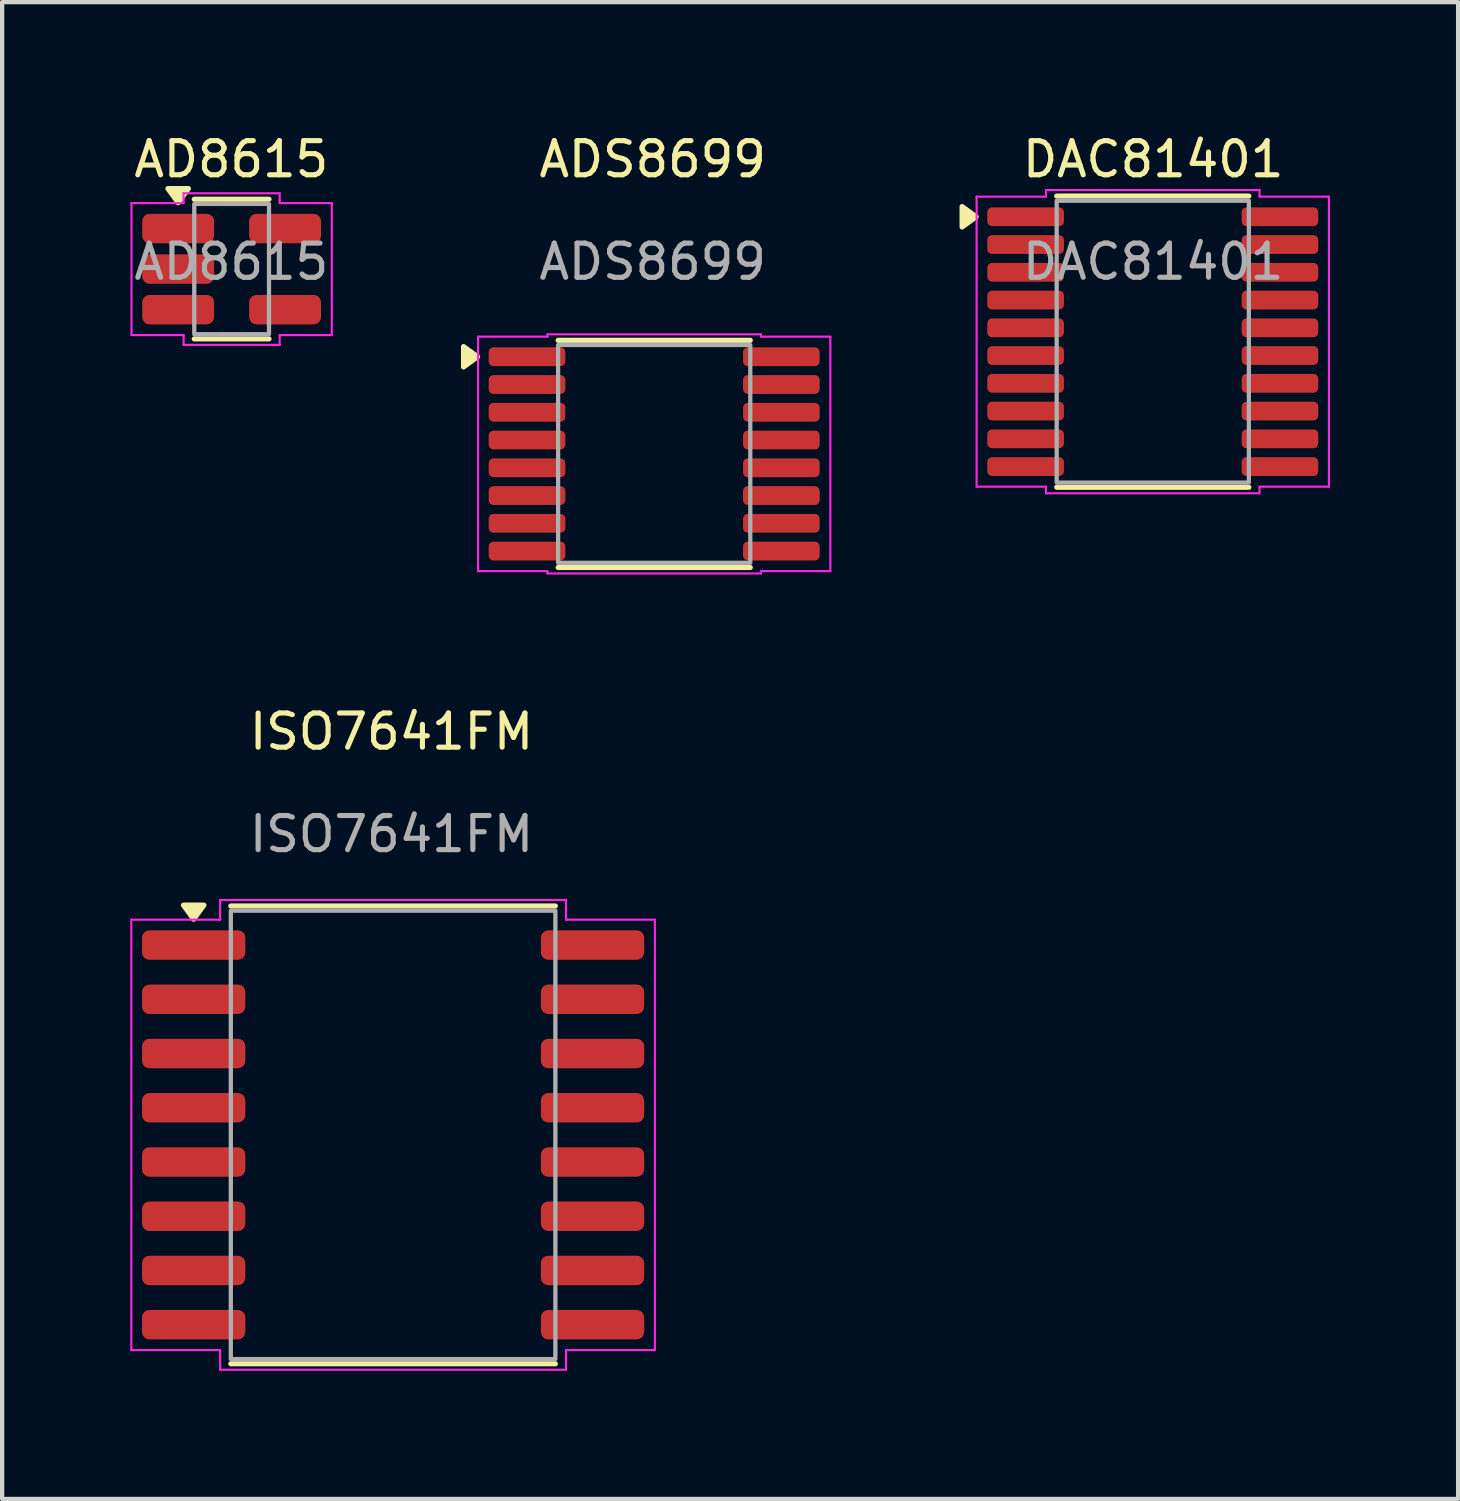
<source format=kicad_pcb>
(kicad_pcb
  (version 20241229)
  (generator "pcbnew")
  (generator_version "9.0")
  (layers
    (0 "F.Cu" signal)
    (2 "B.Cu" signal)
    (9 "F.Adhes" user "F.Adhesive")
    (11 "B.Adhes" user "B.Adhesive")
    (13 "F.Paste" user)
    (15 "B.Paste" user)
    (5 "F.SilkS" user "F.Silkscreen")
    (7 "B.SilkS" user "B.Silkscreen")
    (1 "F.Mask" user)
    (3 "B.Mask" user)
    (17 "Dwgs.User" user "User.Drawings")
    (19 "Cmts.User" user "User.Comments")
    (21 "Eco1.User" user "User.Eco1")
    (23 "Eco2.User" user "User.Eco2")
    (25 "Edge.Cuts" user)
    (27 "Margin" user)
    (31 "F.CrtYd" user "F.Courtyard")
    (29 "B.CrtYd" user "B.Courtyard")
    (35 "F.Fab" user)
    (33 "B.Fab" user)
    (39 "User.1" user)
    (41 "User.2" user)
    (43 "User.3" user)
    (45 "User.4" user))
  (footprint "ADS8699"
    (layer "F.Cu")
    (at 12.269 7.579)
    (property "Reference" "ADS8699" (at -0.035 -6.9 0) (unlocked yes) (layer "F.SilkS") (effects (font (size 0.8 0.8) (thickness 0.12))))
    (attr smd)
    (fp_line (start -2.25 -2.66) (end 2.25 -2.66) (stroke (width 0.12) (type default)) (layer "F.SilkS"))
    (fp_line (start -2.25 2.66) (end 2.25 2.66) (stroke (width 0.12) (type default)) (layer "F.SilkS"))
    (fp_poly (pts (xy -4.135 -2.275) (xy -4.465 -2.515) (xy -4.465 -2.035)) (stroke (width 0.12) (type solid)) (fill yes) (layer "F.SilkS"))
    (fp_line (start -4.125 -2.745) (end -4.125 2.745) (stroke (width 0.05) (type default)) (layer "F.CrtYd"))
    (fp_line (start -4.125 -2.745) (end -2.5 -2.745) (stroke (width 0.05) (type default)) (layer "F.CrtYd"))
    (fp_line (start -2.5 -2.745) (end -2.5 -2.8) (stroke (width 0.05) (type default)) (layer "F.CrtYd"))
    (fp_line (start -2.5 2.745) (end -4.125 2.745) (stroke (width 0.05) (type default)) (layer "F.CrtYd"))
    (fp_line (start -2.5 2.8) (end -2.5 2.745) (stroke (width 0.05) (type default)) (layer "F.CrtYd"))
    (fp_line (start -2.5 2.8) (end 2.5 2.8) (stroke (width 0.05) (type default)) (layer "F.CrtYd"))
    (fp_line (start 2.5 -2.8) (end -2.5 -2.8) (stroke (width 0.05) (type default)) (layer "F.CrtYd"))
    (fp_line (start 2.5 -2.8) (end 2.5 -2.745) (stroke (width 0.05) (type default)) (layer "F.CrtYd"))
    (fp_line (start 2.5 -2.745) (end 4.125 -2.745) (stroke (width 0.05) (type default)) (layer "F.CrtYd"))
    (fp_line (start 2.5 2.745) (end 2.5 2.8) (stroke (width 0.05) (type default)) (layer "F.CrtYd"))
    (fp_line (start 4.125 -2.745) (end 4.125 2.745) (stroke (width 0.05) (type default)) (layer "F.CrtYd"))
    (fp_line (start 4.125 2.745) (end 2.5 2.745) (stroke (width 0.05) (type default)) (layer "F.CrtYd"))
    (fp_rect (start -2.25 -2.55) (end 2.25 2.55) (stroke (width 0.1) (type default)) (fill no) (layer "F.Fab"))
    (fp_text user "${REFERENCE}" (at -0.035 -4.5 0) (unlocked yes) (layer "F.Fab") (effects (font (size 0.8 0.8) (thickness 0.12))))
    (pad "1" smd roundrect (at -2.978 -2.275) (size 1.795 0.44) (layers "F.Cu" "F.Mask" "F.Paste") (roundrect_rratio 0.25))
    (pad "2" smd roundrect (at -2.978 -1.625) (size 1.795 0.44) (layers "F.Cu" "F.Mask" "F.Paste") (roundrect_rratio 0.25))
    (pad "3" smd roundrect (at -2.978 -0.975) (size 1.795 0.44) (layers "F.Cu" "F.Mask" "F.Paste") (roundrect_rratio 0.25))
    (pad "4" smd roundrect (at -2.978 -0.325) (size 1.795 0.44) (layers "F.Cu" "F.Mask" "F.Paste") (roundrect_rratio 0.25))
    (pad "5" smd roundrect (at -2.978 0.325) (size 1.795 0.44) (layers "F.Cu" "F.Mask" "F.Paste") (roundrect_rratio 0.25))
    (pad "6" smd roundrect (at -2.978 0.975) (size 1.795 0.44) (layers "F.Cu" "F.Mask" "F.Paste") (roundrect_rratio 0.25))
    (pad "7" smd roundrect (at -2.978 1.625) (size 1.795 0.44) (layers "F.Cu" "F.Mask" "F.Paste") (roundrect_rratio 0.25))
    (pad "8" smd roundrect (at -2.978 2.275) (size 1.795 0.44) (layers "F.Cu" "F.Mask" "F.Paste") (roundrect_rratio 0.25))
    (pad "9" smd roundrect (at 2.978 2.275) (size 1.795 0.44) (layers "F.Cu" "F.Mask" "F.Paste") (roundrect_rratio 0.25))
    (pad "10" smd roundrect (at 2.978 1.625) (size 1.795 0.44) (layers "F.Cu" "F.Mask" "F.Paste") (roundrect_rratio 0.25))
    (pad "11" smd roundrect (at 2.978 0.975) (size 1.795 0.44) (layers "F.Cu" "F.Mask" "F.Paste") (roundrect_rratio 0.25))
    (pad "12" smd roundrect (at 2.978 0.325) (size 1.795 0.44) (layers "F.Cu" "F.Mask" "F.Paste") (roundrect_rratio 0.25))
    (pad "13" smd roundrect (at 2.978 -0.325) (size 1.795 0.44) (layers "F.Cu" "F.Mask" "F.Paste") (roundrect_rratio 0.25))
    (pad "14" smd roundrect (at 2.978 -0.975) (size 1.795 0.44) (layers "F.Cu" "F.Mask" "F.Paste") (roundrect_rratio 0.25))
    (pad "15" smd roundrect (at 2.978 -1.625) (size 1.795 0.44) (layers "F.Cu" "F.Mask" "F.Paste") (roundrect_rratio 0.25))
    (pad "16" smd roundrect (at 2.978 -2.275) (size 1.795 0.44) (layers "F.Cu" "F.Mask" "F.Paste") (roundrect_rratio 0.25)))
  (footprint "AD8615"
    (layer "F.Cu")
    (at 2.374 3.251)
    (property "Reference" "AD8615" (at -0.007 -2.572 0) (unlocked yes) (layer "F.SilkS") (effects (font (size 0.8 0.8) (thickness 0.12))))
    (attr smd)
    (fp_line (start -0.875 -1.635) (end 0.875 -1.635) (stroke (width 0.12) (type default)) (layer "F.SilkS"))
    (fp_line (start -0.875 1.635) (end 0.875 1.635) (stroke (width 0.12) (type default)) (layer "F.SilkS"))
    (fp_poly (pts (xy -1.252 -1.555) (xy -1.012 -1.885) (xy -1.492 -1.885)) (stroke (width 0.12) (type solid)) (fill yes) (layer "F.SilkS"))
    (fp_line (start -2.345 -1.545) (end -2.345 1.545) (stroke (width 0.05) (type default)) (layer "F.CrtYd"))
    (fp_line (start -2.345 -1.545) (end -1.125 -1.545) (stroke (width 0.05) (type default)) (layer "F.CrtYd"))
    (fp_line (start -1.125 -1.545) (end -1.125 -1.775) (stroke (width 0.05) (type default)) (layer "F.CrtYd"))
    (fp_line (start -1.125 1.545) (end -2.345 1.545) (stroke (width 0.05) (type default)) (layer "F.CrtYd"))
    (fp_line (start -1.125 1.775) (end -1.125 1.545) (stroke (width 0.05) (type default)) (layer "F.CrtYd"))
    (fp_line (start -1.125 1.775) (end 1.125 1.775) (stroke (width 0.05) (type default)) (layer "F.CrtYd"))
    (fp_line (start 1.125 -1.775) (end -1.125 -1.775) (stroke (width 0.05) (type default)) (layer "F.CrtYd"))
    (fp_line (start 1.125 -1.775) (end 1.125 -1.545) (stroke (width 0.05) (type default)) (layer "F.CrtYd"))
    (fp_line (start 1.125 -1.545) (end 2.345 -1.545) (stroke (width 0.05) (type default)) (layer "F.CrtYd"))
    (fp_line (start 1.125 1.545) (end 1.125 1.775) (stroke (width 0.05) (type default)) (layer "F.CrtYd"))
    (fp_line (start 2.345 -1.545) (end 2.345 1.545) (stroke (width 0.05) (type default)) (layer "F.CrtYd"))
    (fp_line (start 2.345 1.545) (end 1.125 1.545) (stroke (width 0.05) (type default)) (layer "F.CrtYd"))
    (fp_rect (start -0.875 -1.525) (end 0.875 1.525) (stroke (width 0.1) (type default)) (fill no) (layer "F.Fab"))
    (fp_text user "${REFERENCE}" (at -0.007 -0.172 0) (unlocked yes) (layer "F.Fab") (effects (font (size 0.8 0.8) (thickness 0.12))))
    (pad "1" smd roundrect (at -1.252 -0.95) (size 1.685 0.69) (layers "F.Cu" "F.Mask" "F.Paste") (roundrect_rratio 0.25))
    (pad "2" smd roundrect (at -1.252 0) (size 1.685 0.69) (layers "F.Cu" "F.Mask" "F.Paste") (roundrect_rratio 0.25))
    (pad "3" smd roundrect (at -1.252 0.95) (size 1.685 0.69) (layers "F.Cu" "F.Mask" "F.Paste") (roundrect_rratio 0.25))
    (pad "4" smd roundrect (at 1.252 0.95) (size 1.685 0.69) (layers "F.Cu" "F.Mask" "F.Paste") (roundrect_rratio 0.25))
    (pad "5" smd roundrect (at 1.252 -0.95) (size 1.685 0.69) (layers "F.Cu" "F.Mask" "F.Paste") (roundrect_rratio 0.25)))
  (footprint "ISO7641FM"
    (layer "F.Cu")
    (at 6.155 23.525)
    (property "Reference" "ISO7641FM" (at -0.037 -9.443 0) (unlocked yes) (layer "F.SilkS") (effects (font (size 0.8 0.8) (thickness 0.12))))
    (attr smd)
    (fp_line (start -3.8 -5.36) (end 3.8 -5.36) (stroke (width 0.12) (type default)) (layer "F.SilkS"))
    (fp_line (start -3.8 5.36) (end 3.8 5.36) (stroke (width 0.12) (type default)) (layer "F.SilkS"))
    (fp_poly (pts (xy -4.67 -5.05) (xy -4.43 -5.38) (xy -4.91 -5.38)) (stroke (width 0.12) (type solid)) (fill yes) (layer "F.SilkS"))
    (fp_line (start -6.13 -5.04) (end -6.13 5.04) (stroke (width 0.05) (type default)) (layer "F.CrtYd"))
    (fp_line (start -6.13 -5.04) (end -4.05 -5.04) (stroke (width 0.05) (type default)) (layer "F.CrtYd"))
    (fp_line (start -4.05 -5.04) (end -4.05 -5.5) (stroke (width 0.05) (type default)) (layer "F.CrtYd"))
    (fp_line (start -4.05 5.04) (end -6.13 5.04) (stroke (width 0.05) (type default)) (layer "F.CrtYd"))
    (fp_line (start -4.05 5.5) (end -4.05 5.04) (stroke (width 0.05) (type default)) (layer "F.CrtYd"))
    (fp_line (start -4.05 5.5) (end 4.05 5.5) (stroke (width 0.05) (type default)) (layer "F.CrtYd"))
    (fp_line (start 4.05 -5.5) (end -4.05 -5.5) (stroke (width 0.05) (type default)) (layer "F.CrtYd"))
    (fp_line (start 4.05 -5.5) (end 4.05 -5.04) (stroke (width 0.05) (type default)) (layer "F.CrtYd"))
    (fp_line (start 4.05 -5.04) (end 6.13 -5.04) (stroke (width 0.05) (type default)) (layer "F.CrtYd"))
    (fp_line (start 4.05 5.04) (end 4.05 5.5) (stroke (width 0.05) (type default)) (layer "F.CrtYd"))
    (fp_line (start 6.13 -5.04) (end 6.13 5.04) (stroke (width 0.05) (type default)) (layer "F.CrtYd"))
    (fp_line (start 6.13 5.04) (end 4.05 5.04) (stroke (width 0.05) (type default)) (layer "F.CrtYd"))
    (fp_rect (start -3.8 -5.25) (end 3.8 5.25) (stroke (width 0.1) (type default)) (fill no) (layer "F.Fab"))
    (fp_text user "${REFERENCE}" (at -0.037 -7.043 0) (unlocked yes) (layer "F.Fab") (effects (font (size 0.8 0.8) (thickness 0.12))))
    (pad "1" smd roundrect (at -4.67 -4.445) (size 2.42 0.69) (layers "F.Cu" "F.Mask" "F.Paste") (roundrect_rratio 0.25))
    (pad "2" smd roundrect (at -4.67 -3.175) (size 2.42 0.69) (layers "F.Cu" "F.Mask" "F.Paste") (roundrect_rratio 0.25))
    (pad "3" smd roundrect (at -4.67 -1.905) (size 2.42 0.69) (layers "F.Cu" "F.Mask" "F.Paste") (roundrect_rratio 0.25))
    (pad "4" smd roundrect (at -4.67 -0.635) (size 2.42 0.69) (layers "F.Cu" "F.Mask" "F.Paste") (roundrect_rratio 0.25))
    (pad "5" smd roundrect (at -4.67 0.635) (size 2.42 0.69) (layers "F.Cu" "F.Mask" "F.Paste") (roundrect_rratio 0.25))
    (pad "6" smd roundrect (at -4.67 1.905) (size 2.42 0.69) (layers "F.Cu" "F.Mask" "F.Paste") (roundrect_rratio 0.25))
    (pad "7" smd roundrect (at -4.67 3.175) (size 2.42 0.69) (layers "F.Cu" "F.Mask" "F.Paste") (roundrect_rratio 0.25))
    (pad "8" smd roundrect (at -4.67 4.445) (size 2.42 0.69) (layers "F.Cu" "F.Mask" "F.Paste") (roundrect_rratio 0.25))
    (pad "9" smd roundrect (at 4.67 4.445) (size 2.42 0.69) (layers "F.Cu" "F.Mask" "F.Paste") (roundrect_rratio 0.25))
    (pad "10" smd roundrect (at 4.67 3.175) (size 2.42 0.69) (layers "F.Cu" "F.Mask" "F.Paste") (roundrect_rratio 0.25))
    (pad "11" smd roundrect (at 4.67 1.905) (size 2.42 0.69) (layers "F.Cu" "F.Mask" "F.Paste") (roundrect_rratio 0.25))
    (pad "12" smd roundrect (at 4.67 0.635) (size 2.42 0.69) (layers "F.Cu" "F.Mask" "F.Paste") (roundrect_rratio 0.25))
    (pad "13" smd roundrect (at 4.67 -0.635) (size 2.42 0.69) (layers "F.Cu" "F.Mask" "F.Paste") (roundrect_rratio 0.25))
    (pad "14" smd roundrect (at 4.67 -1.905) (size 2.42 0.69) (layers "F.Cu" "F.Mask" "F.Paste") (roundrect_rratio 0.25))
    (pad "15" smd roundrect (at 4.67 -3.175) (size 2.42 0.69) (layers "F.Cu" "F.Mask" "F.Paste") (roundrect_rratio 0.25))
    (pad "16" smd roundrect (at 4.67 -4.445) (size 2.42 0.69) (layers "F.Cu" "F.Mask" "F.Paste") (roundrect_rratio 0.25)))
  (footprint "DAC81401"
    (layer "F.Cu")
    (at 23.944 4.951)
    (property "Reference" "DAC81401" (at 0.01 -4.272 0) (unlocked yes) (layer "F.SilkS") (effects (font (size 0.8 0.8) (thickness 0.12))))
    (attr smd)
    (fp_line (start -2.25 -3.41) (end 2.25 -3.41) (stroke (width 0.12) (type default)) (layer "F.SilkS"))
    (fp_line (start -2.25 3.41) (end 2.25 3.41) (stroke (width 0.12) (type default)) (layer "F.SilkS"))
    (fp_poly (pts (xy -4.135 -2.925) (xy -4.465 -3.165) (xy -4.465 -2.685)) (stroke (width 0.12) (type solid)) (fill yes) (layer "F.SilkS"))
    (fp_line (start -4.125 -3.395) (end -4.125 3.395) (stroke (width 0.05) (type default)) (layer "F.CrtYd"))
    (fp_line (start -4.125 -3.395) (end -2.5 -3.395) (stroke (width 0.05) (type default)) (layer "F.CrtYd"))
    (fp_line (start -2.5 -3.395) (end -2.5 -3.55) (stroke (width 0.05) (type default)) (layer "F.CrtYd"))
    (fp_line (start -2.5 3.395) (end -4.125 3.395) (stroke (width 0.05) (type default)) (layer "F.CrtYd"))
    (fp_line (start -2.5 3.55) (end -2.5 3.395) (stroke (width 0.05) (type default)) (layer "F.CrtYd"))
    (fp_line (start -2.5 3.55) (end 2.5 3.55) (stroke (width 0.05) (type default)) (layer "F.CrtYd"))
    (fp_line (start 2.5 -3.55) (end -2.5 -3.55) (stroke (width 0.05) (type default)) (layer "F.CrtYd"))
    (fp_line (start 2.5 -3.55) (end 2.5 -3.395) (stroke (width 0.05) (type default)) (layer "F.CrtYd"))
    (fp_line (start 2.5 -3.395) (end 4.125 -3.395) (stroke (width 0.05) (type default)) (layer "F.CrtYd"))
    (fp_line (start 2.5 3.395) (end 2.5 3.55) (stroke (width 0.05) (type default)) (layer "F.CrtYd"))
    (fp_line (start 4.125 -3.395) (end 4.125 3.395) (stroke (width 0.05) (type default)) (layer "F.CrtYd"))
    (fp_line (start 4.125 3.395) (end 2.5 3.395) (stroke (width 0.05) (type default)) (layer "F.CrtYd"))
    (fp_rect (start -2.25 -3.3) (end 2.25 3.3) (stroke (width 0.1) (type default)) (fill no) (layer "F.Fab"))
    (fp_text user "${REFERENCE}" (at 0.01 -1.873 0) (unlocked yes) (layer "F.Fab") (effects (font (size 0.8 0.8) (thickness 0.12))))
    (pad "1" smd roundrect (at -2.978 -2.925) (size 1.795 0.44) (layers "F.Cu" "F.Mask" "F.Paste") (roundrect_rratio 0.25))
    (pad "2" smd roundrect (at -2.978 -2.275) (size 1.795 0.44) (layers "F.Cu" "F.Mask" "F.Paste") (roundrect_rratio 0.25))
    (pad "3" smd roundrect (at -2.978 -1.625) (size 1.795 0.44) (layers "F.Cu" "F.Mask" "F.Paste") (roundrect_rratio 0.25))
    (pad "4" smd roundrect (at -2.978 -0.975) (size 1.795 0.44) (layers "F.Cu" "F.Mask" "F.Paste") (roundrect_rratio 0.25))
    (pad "5" smd roundrect (at -2.978 -0.325) (size 1.795 0.44) (layers "F.Cu" "F.Mask" "F.Paste") (roundrect_rratio 0.25))
    (pad "6" smd roundrect (at -2.978 0.325) (size 1.795 0.44) (layers "F.Cu" "F.Mask" "F.Paste") (roundrect_rratio 0.25))
    (pad "7" smd roundrect (at -2.978 0.975) (size 1.795 0.44) (layers "F.Cu" "F.Mask" "F.Paste") (roundrect_rratio 0.25))
    (pad "8" smd roundrect (at -2.978 1.625) (size 1.795 0.44) (layers "F.Cu" "F.Mask" "F.Paste") (roundrect_rratio 0.25))
    (pad "9" smd roundrect (at -2.978 2.275) (size 1.795 0.44) (layers "F.Cu" "F.Mask" "F.Paste") (roundrect_rratio 0.25))
    (pad "10" smd roundrect (at -2.978 2.925) (size 1.795 0.44) (layers "F.Cu" "F.Mask" "F.Paste") (roundrect_rratio 0.25))
    (pad "11" smd roundrect (at 2.978 2.925) (size 1.795 0.44) (layers "F.Cu" "F.Mask" "F.Paste") (roundrect_rratio 0.25))
    (pad "12" smd roundrect (at 2.978 2.275) (size 1.795 0.44) (layers "F.Cu" "F.Mask" "F.Paste") (roundrect_rratio 0.25))
    (pad "13" smd roundrect (at 2.978 1.625) (size 1.795 0.44) (layers "F.Cu" "F.Mask" "F.Paste") (roundrect_rratio 0.25))
    (pad "14" smd roundrect (at 2.978 0.975) (size 1.795 0.44) (layers "F.Cu" "F.Mask" "F.Paste") (roundrect_rratio 0.25))
    (pad "15" smd roundrect (at 2.978 0.325) (size 1.795 0.44) (layers "F.Cu" "F.Mask" "F.Paste") (roundrect_rratio 0.25))
    (pad "16" smd roundrect (at 2.978 -0.325) (size 1.795 0.44) (layers "F.Cu" "F.Mask" "F.Paste") (roundrect_rratio 0.25))
    (pad "17" smd roundrect (at 2.978 -0.975) (size 1.795 0.44) (layers "F.Cu" "F.Mask" "F.Paste") (roundrect_rratio 0.25))
    (pad "18" smd roundrect (at 2.978 -1.625) (size 1.795 0.44) (layers "F.Cu" "F.Mask" "F.Paste") (roundrect_rratio 0.25))
    (pad "19" smd roundrect (at 2.978 -2.275) (size 1.795 0.44) (layers "F.Cu" "F.Mask" "F.Paste") (roundrect_rratio 0.25))
    (pad "20" smd roundrect (at 2.978 -2.925) (size 1.795 0.44) (layers "F.Cu" "F.Mask" "F.Paste") (roundrect_rratio 0.25)))
  (gr_rect
    (start -3 -3)
    (end 31.094 32.05)
    (stroke (width 0.1) (type default))
    (fill no)
    (layer "Edge.Cuts")))
</source>
